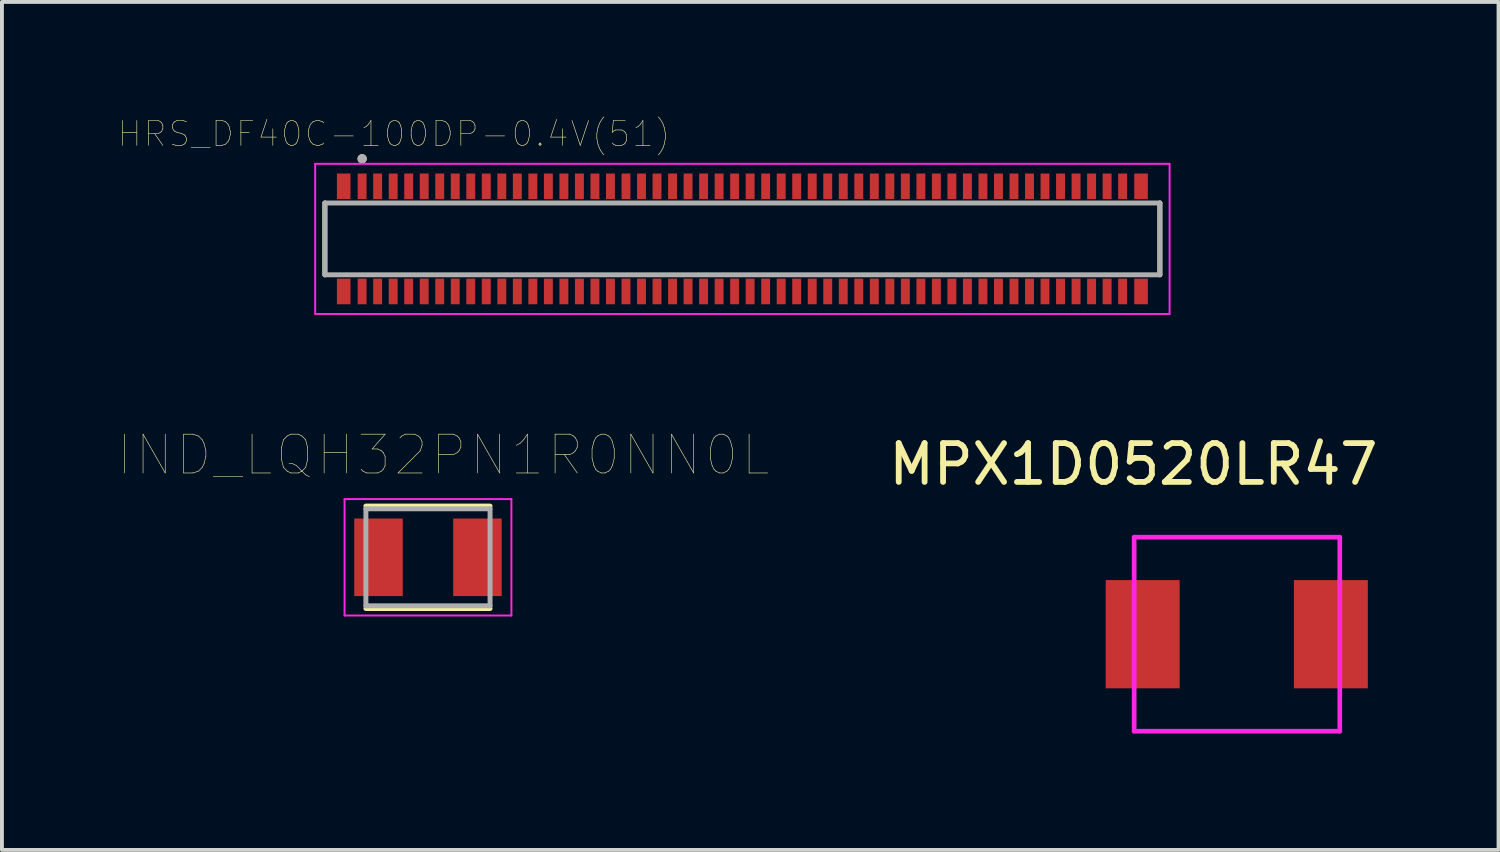
<source format=kicad_pcb>
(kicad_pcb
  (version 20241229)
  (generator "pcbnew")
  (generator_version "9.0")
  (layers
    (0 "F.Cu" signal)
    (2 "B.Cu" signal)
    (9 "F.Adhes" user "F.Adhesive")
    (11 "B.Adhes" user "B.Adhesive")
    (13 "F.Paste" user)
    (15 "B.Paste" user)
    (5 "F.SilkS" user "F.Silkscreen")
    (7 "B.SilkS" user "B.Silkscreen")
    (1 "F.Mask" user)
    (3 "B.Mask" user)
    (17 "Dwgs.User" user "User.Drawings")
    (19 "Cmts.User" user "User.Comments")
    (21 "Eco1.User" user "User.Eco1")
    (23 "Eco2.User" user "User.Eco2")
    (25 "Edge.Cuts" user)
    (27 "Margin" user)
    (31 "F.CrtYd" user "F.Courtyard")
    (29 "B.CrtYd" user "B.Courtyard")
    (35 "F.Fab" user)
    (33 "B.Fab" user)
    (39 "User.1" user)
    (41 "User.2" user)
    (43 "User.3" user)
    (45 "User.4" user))
  (footprint "HRS_DF40C-100DP-0.4V(51)"
    (layer "F.Cu")
    (at 16.083 3.107)
    (property "Reference" "HRS_DF40C-100DP-0.4V(51)" (at -8.978 -2.706 0) (layer "F.SilkS") (effects (font (size 0.64 0.64) (thickness 0.015))))
    (attr through_hole)
    (fp_line (start -10.76 0.925) (end -10.76 -0.925) (stroke (width 0.127) (type solid)) (layer "F.SilkS"))
    (fp_line (start 10.76 -0.925) (end 10.76 0.925) (stroke (width 0.127) (type solid)) (layer "F.SilkS"))
    (fp_circle (center -9.8 -2.065) (end -9.74 -2.065) (stroke (width 0.12) (type solid)) (fill no) (layer "F.SilkS"))
    (fp_line (start -11.01 -1.935) (end 11.01 -1.935) (stroke (width 0.05) (type solid)) (layer "F.CrtYd"))
    (fp_line (start -11.01 1.935) (end -11.01 -1.935) (stroke (width 0.05) (type solid)) (layer "F.CrtYd"))
    (fp_line (start 11.01 -1.935) (end 11.01 1.935) (stroke (width 0.05) (type solid)) (layer "F.CrtYd"))
    (fp_line (start 11.01 1.935) (end -11.01 1.935) (stroke (width 0.05) (type solid)) (layer "F.CrtYd"))
    (fp_line (start -10.76 -0.925) (end 10.76 -0.925) (stroke (width 0.127) (type solid)) (layer "F.Fab"))
    (fp_line (start -10.76 0.925) (end -10.76 -0.925) (stroke (width 0.127) (type solid)) (layer "F.Fab"))
    (fp_line (start 10.76 -0.925) (end 10.76 0.925) (stroke (width 0.127) (type solid)) (layer "F.Fab"))
    (fp_line (start 10.76 0.925) (end -10.76 0.925) (stroke (width 0.127) (type solid)) (layer "F.Fab"))
    (fp_circle (center -9.8 -2.065) (end -9.74 -2.065) (stroke (width 0.12) (type solid)) (fill no) (layer "F.Fab"))
    (pad "1" smd rect (at -9.8 -1.355) (size 0.23 0.66) (layers "F.Cu" "F.Mask" "F.Paste"))
    (pad "2" smd rect (at -9.8 1.355) (size 0.23 0.66) (layers "F.Cu" "F.Mask" "F.Paste"))
    (pad "3" smd rect (at -9.4 -1.355) (size 0.23 0.66) (layers "F.Cu" "F.Mask" "F.Paste"))
    (pad "4" smd rect (at -9.4 1.355) (size 0.23 0.66) (layers "F.Cu" "F.Mask" "F.Paste"))
    (pad "5" smd rect (at -9 -1.355) (size 0.23 0.66) (layers "F.Cu" "F.Mask" "F.Paste"))
    (pad "6" smd rect (at -9 1.355) (size 0.23 0.66) (layers "F.Cu" "F.Mask" "F.Paste"))
    (pad "7" smd rect (at -8.6 -1.355) (size 0.23 0.66) (layers "F.Cu" "F.Mask" "F.Paste"))
    (pad "8" smd rect (at -8.6 1.355) (size 0.23 0.66) (layers "F.Cu" "F.Mask" "F.Paste"))
    (pad "9" smd rect (at -8.2 -1.355) (size 0.23 0.66) (layers "F.Cu" "F.Mask" "F.Paste"))
    (pad "10" smd rect (at -8.2 1.355) (size 0.23 0.66) (layers "F.Cu" "F.Mask" "F.Paste"))
    (pad "11" smd rect (at -7.8 -1.355) (size 0.23 0.66) (layers "F.Cu" "F.Mask" "F.Paste"))
    (pad "12" smd rect (at -7.8 1.355) (size 0.23 0.66) (layers "F.Cu" "F.Mask" "F.Paste"))
    (pad "13" smd rect (at -7.4 -1.355) (size 0.23 0.66) (layers "F.Cu" "F.Mask" "F.Paste"))
    (pad "14" smd rect (at -7.4 1.355) (size 0.23 0.66) (layers "F.Cu" "F.Mask" "F.Paste"))
    (pad "15" smd rect (at -7 -1.355) (size 0.23 0.66) (layers "F.Cu" "F.Mask" "F.Paste"))
    (pad "16" smd rect (at -7 1.355) (size 0.23 0.66) (layers "F.Cu" "F.Mask" "F.Paste"))
    (pad "17" smd rect (at -6.6 -1.355) (size 0.23 0.66) (layers "F.Cu" "F.Mask" "F.Paste"))
    (pad "18" smd rect (at -6.6 1.355) (size 0.23 0.66) (layers "F.Cu" "F.Mask" "F.Paste"))
    (pad "19" smd rect (at -6.2 -1.355) (size 0.23 0.66) (layers "F.Cu" "F.Mask" "F.Paste"))
    (pad "20" smd rect (at -6.2 1.355) (size 0.23 0.66) (layers "F.Cu" "F.Mask" "F.Paste"))
    (pad "21" smd rect (at -5.8 -1.355) (size 0.23 0.66) (layers "F.Cu" "F.Mask" "F.Paste"))
    (pad "22" smd rect (at -5.8 1.355) (size 0.23 0.66) (layers "F.Cu" "F.Mask" "F.Paste"))
    (pad "23" smd rect (at -5.4 -1.355) (size 0.23 0.66) (layers "F.Cu" "F.Mask" "F.Paste"))
    (pad "24" smd rect (at -5.4 1.355) (size 0.23 0.66) (layers "F.Cu" "F.Mask" "F.Paste"))
    (pad "25" smd rect (at -5 -1.355) (size 0.23 0.66) (layers "F.Cu" "F.Mask" "F.Paste"))
    (pad "26" smd rect (at -5 1.355) (size 0.23 0.66) (layers "F.Cu" "F.Mask" "F.Paste"))
    (pad "27" smd rect (at -4.6 -1.355) (size 0.23 0.66) (layers "F.Cu" "F.Mask" "F.Paste"))
    (pad "28" smd rect (at -4.6 1.355) (size 0.23 0.66) (layers "F.Cu" "F.Mask" "F.Paste"))
    (pad "29" smd rect (at -4.2 -1.355) (size 0.23 0.66) (layers "F.Cu" "F.Mask" "F.Paste"))
    (pad "30" smd rect (at -4.2 1.355) (size 0.23 0.66) (layers "F.Cu" "F.Mask" "F.Paste"))
    (pad "31" smd rect (at -3.8 -1.355) (size 0.23 0.66) (layers "F.Cu" "F.Mask" "F.Paste"))
    (pad "32" smd rect (at -3.8 1.355) (size 0.23 0.66) (layers "F.Cu" "F.Mask" "F.Paste"))
    (pad "33" smd rect (at -3.4 -1.355) (size 0.23 0.66) (layers "F.Cu" "F.Mask" "F.Paste"))
    (pad "34" smd rect (at -3.4 1.355) (size 0.23 0.66) (layers "F.Cu" "F.Mask" "F.Paste"))
    (pad "35" smd rect (at -3 -1.355) (size 0.23 0.66) (layers "F.Cu" "F.Mask" "F.Paste"))
    (pad "36" smd rect (at -3 1.355) (size 0.23 0.66) (layers "F.Cu" "F.Mask" "F.Paste"))
    (pad "37" smd rect (at -2.6 -1.355) (size 0.23 0.66) (layers "F.Cu" "F.Mask" "F.Paste"))
    (pad "38" smd rect (at -2.6 1.355) (size 0.23 0.66) (layers "F.Cu" "F.Mask" "F.Paste"))
    (pad "39" smd rect (at -2.2 -1.355) (size 0.23 0.66) (layers "F.Cu" "F.Mask" "F.Paste"))
    (pad "40" smd rect (at -2.2 1.355) (size 0.23 0.66) (layers "F.Cu" "F.Mask" "F.Paste"))
    (pad "41" smd rect (at -1.8 -1.355) (size 0.23 0.66) (layers "F.Cu" "F.Mask" "F.Paste"))
    (pad "42" smd rect (at -1.8 1.355) (size 0.23 0.66) (layers "F.Cu" "F.Mask" "F.Paste"))
    (pad "43" smd rect (at -1.4 -1.355) (size 0.23 0.66) (layers "F.Cu" "F.Mask" "F.Paste"))
    (pad "44" smd rect (at -1.4 1.355) (size 0.23 0.66) (layers "F.Cu" "F.Mask" "F.Paste"))
    (pad "45" smd rect (at -1 -1.355) (size 0.23 0.66) (layers "F.Cu" "F.Mask" "F.Paste"))
    (pad "46" smd rect (at -1 1.355) (size 0.23 0.66) (layers "F.Cu" "F.Mask" "F.Paste"))
    (pad "47" smd rect (at -0.6 -1.355) (size 0.23 0.66) (layers "F.Cu" "F.Mask" "F.Paste"))
    (pad "48" smd rect (at -0.6 1.355) (size 0.23 0.66) (layers "F.Cu" "F.Mask" "F.Paste"))
    (pad "49" smd rect (at -0.2 -1.355) (size 0.23 0.66) (layers "F.Cu" "F.Mask" "F.Paste"))
    (pad "50" smd rect (at -0.2 1.355) (size 0.23 0.66) (layers "F.Cu" "F.Mask" "F.Paste"))
    (pad "51" smd rect (at 0.2 -1.355) (size 0.23 0.66) (layers "F.Cu" "F.Mask" "F.Paste"))
    (pad "52" smd rect (at 0.2 1.355) (size 0.23 0.66) (layers "F.Cu" "F.Mask" "F.Paste"))
    (pad "53" smd rect (at 0.6 -1.355) (size 0.23 0.66) (layers "F.Cu" "F.Mask" "F.Paste"))
    (pad "54" smd rect (at 0.6 1.355) (size 0.23 0.66) (layers "F.Cu" "F.Mask" "F.Paste"))
    (pad "55" smd rect (at 1 -1.355) (size 0.23 0.66) (layers "F.Cu" "F.Mask" "F.Paste"))
    (pad "56" smd rect (at 1 1.355) (size 0.23 0.66) (layers "F.Cu" "F.Mask" "F.Paste"))
    (pad "57" smd rect (at 1.4 -1.355) (size 0.23 0.66) (layers "F.Cu" "F.Mask" "F.Paste"))
    (pad "58" smd rect (at 1.4 1.355) (size 0.23 0.66) (layers "F.Cu" "F.Mask" "F.Paste"))
    (pad "59" smd rect (at 1.8 -1.355) (size 0.23 0.66) (layers "F.Cu" "F.Mask" "F.Paste"))
    (pad "60" smd rect (at 1.8 1.355) (size 0.23 0.66) (layers "F.Cu" "F.Mask" "F.Paste"))
    (pad "61" smd rect (at 2.2 -1.355) (size 0.23 0.66) (layers "F.Cu" "F.Mask" "F.Paste"))
    (pad "62" smd rect (at 2.2 1.355) (size 0.23 0.66) (layers "F.Cu" "F.Mask" "F.Paste"))
    (pad "63" smd rect (at 2.6 -1.355) (size 0.23 0.66) (layers "F.Cu" "F.Mask" "F.Paste"))
    (pad "64" smd rect (at 2.6 1.355) (size 0.23 0.66) (layers "F.Cu" "F.Mask" "F.Paste"))
    (pad "65" smd rect (at 3 -1.355) (size 0.23 0.66) (layers "F.Cu" "F.Mask" "F.Paste"))
    (pad "66" smd rect (at 3 1.355) (size 0.23 0.66) (layers "F.Cu" "F.Mask" "F.Paste"))
    (pad "67" smd rect (at 3.4 -1.355) (size 0.23 0.66) (layers "F.Cu" "F.Mask" "F.Paste"))
    (pad "68" smd rect (at 3.4 1.355) (size 0.23 0.66) (layers "F.Cu" "F.Mask" "F.Paste"))
    (pad "69" smd rect (at 3.8 -1.355) (size 0.23 0.66) (layers "F.Cu" "F.Mask" "F.Paste"))
    (pad "70" smd rect (at 3.8 1.355) (size 0.23 0.66) (layers "F.Cu" "F.Mask" "F.Paste"))
    (pad "71" smd rect (at 4.2 -1.355) (size 0.23 0.66) (layers "F.Cu" "F.Mask" "F.Paste"))
    (pad "72" smd rect (at 4.2 1.355) (size 0.23 0.66) (layers "F.Cu" "F.Mask" "F.Paste"))
    (pad "73" smd rect (at 4.6 -1.355) (size 0.23 0.66) (layers "F.Cu" "F.Mask" "F.Paste"))
    (pad "74" smd rect (at 4.6 1.355) (size 0.23 0.66) (layers "F.Cu" "F.Mask" "F.Paste"))
    (pad "75" smd rect (at 5 -1.355) (size 0.23 0.66) (layers "F.Cu" "F.Mask" "F.Paste"))
    (pad "76" smd rect (at 5 1.355) (size 0.23 0.66) (layers "F.Cu" "F.Mask" "F.Paste"))
    (pad "77" smd rect (at 5.4 -1.355) (size 0.23 0.66) (layers "F.Cu" "F.Mask" "F.Paste"))
    (pad "78" smd rect (at 5.4 1.355) (size 0.23 0.66) (layers "F.Cu" "F.Mask" "F.Paste"))
    (pad "79" smd rect (at 5.8 -1.355) (size 0.23 0.66) (layers "F.Cu" "F.Mask" "F.Paste"))
    (pad "80" smd rect (at 5.8 1.355) (size 0.23 0.66) (layers "F.Cu" "F.Mask" "F.Paste"))
    (pad "81" smd rect (at 6.2 -1.355) (size 0.23 0.66) (layers "F.Cu" "F.Mask" "F.Paste"))
    (pad "82" smd rect (at 6.2 1.355) (size 0.23 0.66) (layers "F.Cu" "F.Mask" "F.Paste"))
    (pad "83" smd rect (at 6.6 -1.355) (size 0.23 0.66) (layers "F.Cu" "F.Mask" "F.Paste"))
    (pad "84" smd rect (at 6.6 1.355) (size 0.23 0.66) (layers "F.Cu" "F.Mask" "F.Paste"))
    (pad "85" smd rect (at 7 -1.355) (size 0.23 0.66) (layers "F.Cu" "F.Mask" "F.Paste"))
    (pad "86" smd rect (at 7 1.355) (size 0.23 0.66) (layers "F.Cu" "F.Mask" "F.Paste"))
    (pad "87" smd rect (at 7.4 -1.355) (size 0.23 0.66) (layers "F.Cu" "F.Mask" "F.Paste"))
    (pad "88" smd rect (at 7.4 1.355) (size 0.23 0.66) (layers "F.Cu" "F.Mask" "F.Paste"))
    (pad "89" smd rect (at 7.8 -1.355) (size 0.23 0.66) (layers "F.Cu" "F.Mask" "F.Paste"))
    (pad "90" smd rect (at 7.8 1.355) (size 0.23 0.66) (layers "F.Cu" "F.Mask" "F.Paste"))
    (pad "91" smd rect (at 8.2 -1.355) (size 0.23 0.66) (layers "F.Cu" "F.Mask" "F.Paste"))
    (pad "92" smd rect (at 8.2 1.355) (size 0.23 0.66) (layers "F.Cu" "F.Mask" "F.Paste"))
    (pad "93" smd rect (at 8.6 -1.355) (size 0.23 0.66) (layers "F.Cu" "F.Mask" "F.Paste"))
    (pad "94" smd rect (at 8.6 1.355) (size 0.23 0.66) (layers "F.Cu" "F.Mask" "F.Paste"))
    (pad "95" smd rect (at 9 -1.355) (size 0.23 0.66) (layers "F.Cu" "F.Mask" "F.Paste"))
    (pad "96" smd rect (at 9 1.355) (size 0.23 0.66) (layers "F.Cu" "F.Mask" "F.Paste"))
    (pad "97" smd rect (at 9.4 -1.355) (size 0.23 0.66) (layers "F.Cu" "F.Mask" "F.Paste"))
    (pad "98" smd rect (at 9.4 1.355) (size 0.23 0.66) (layers "F.Cu" "F.Mask" "F.Paste"))
    (pad "99" smd rect (at 9.8 -1.355) (size 0.23 0.66) (layers "F.Cu" "F.Mask" "F.Paste"))
    (pad "100" smd rect (at 9.8 1.355) (size 0.23 0.66) (layers "F.Cu" "F.Mask" "F.Paste"))
    (pad "S1" smd rect (at -10.275 -1.355) (size 0.35 0.66) (layers "F.Cu" "F.Mask" "F.Paste"))
    (pad "S2" smd rect (at -10.275 1.355) (size 0.35 0.66) (layers "F.Cu" "F.Mask" "F.Paste"))
    (pad "S3" smd rect (at 10.275 -1.355) (size 0.35 0.66) (layers "F.Cu" "F.Mask" "F.Paste"))
    (pad "S4" smd rect (at 10.275 1.355) (size 0.35 0.66) (layers "F.Cu" "F.Mask" "F.Paste")))
  (footprint "IND_LQH32PN1R0NN0L"
    (layer "F.Cu")
    (at 7.98 11.313)
    (property "Reference" "IND_LQH32PN1R0NN0L" (at 0.395 -2.635 0) (layer "F.SilkS") (effects (font (size 1 1) (thickness 0.015))))
    (attr through_hole)
    (fp_line (start -1.6 -1.32) (end 1.6 -1.32) (stroke (width 0.127) (type solid)) (layer "F.SilkS"))
    (fp_line (start -1.6 1.32) (end 1.6 1.32) (stroke (width 0.127) (type solid)) (layer "F.SilkS"))
    (fp_line (start -2.15 -1.5) (end 2.15 -1.5) (stroke (width 0.05) (type solid)) (layer "F.CrtYd"))
    (fp_line (start -2.15 1.5) (end -2.15 -1.5) (stroke (width 0.05) (type solid)) (layer "F.CrtYd"))
    (fp_line (start 2.15 -1.5) (end 2.15 1.5) (stroke (width 0.05) (type solid)) (layer "F.CrtYd"))
    (fp_line (start 2.15 1.5) (end -2.15 1.5) (stroke (width 0.05) (type solid)) (layer "F.CrtYd"))
    (fp_line (start -1.6 -1.25) (end 1.6 -1.25) (stroke (width 0.127) (type solid)) (layer "F.Fab"))
    (fp_line (start -1.6 1.25) (end -1.6 -1.25) (stroke (width 0.127) (type solid)) (layer "F.Fab"))
    (fp_line (start 1.6 -1.25) (end 1.6 1.25) (stroke (width 0.127) (type solid)) (layer "F.Fab"))
    (fp_line (start 1.6 1.25) (end -1.6 1.25) (stroke (width 0.127) (type solid)) (layer "F.Fab"))
    (pad "1" smd rect (at -1.275 0) (size 1.25 2) (layers "F.Cu" "F.Mask" "F.Paste"))
    (pad "2" smd rect (at 1.275 0) (size 1.25 2) (layers "F.Cu" "F.Mask" "F.Paste")))
  (footprint "MPX1D0520LR47"
    (layer "F.Cu")
    (at 25.44 11.895)
    (property "Reference" "MPX1D0520LR47" (at 0.72 -2.98 0) (layer "F.SilkS") (effects (font (size 1 1) (thickness 0.15))))
    (attr through_hole)
    (fp_line (start 0.74 -1.1) (end 6.04 -1.1) (stroke (width 0.12) (type solid)) (layer "F.CrtYd"))
    (fp_line (start 0.74 3.9) (end 0.74 -1.1) (stroke (width 0.12) (type solid)) (layer "F.CrtYd"))
    (fp_line (start 6.04 -1.1) (end 6.04 3.9) (stroke (width 0.12) (type solid)) (layer "F.CrtYd"))
    (fp_line (start 6.04 3.9) (end 0.74 3.9) (stroke (width 0.12) (type solid)) (layer "F.CrtYd"))
    (pad "1" smd rect (at 0.96 1.4) (size 1.905 2.79) (layers "F.Cu" "F.Mask" "F.Paste"))
    (pad "2" smd rect (at 5.81 1.4) (size 1.905 2.79) (layers "F.Cu" "F.Mask" "F.Paste")))
  (gr_rect
    (start -3 -3)
    (end 35.571 18.855)
    (stroke (width 0.1) (type default))
    (fill no)
    (layer "Edge.Cuts")))
</source>
